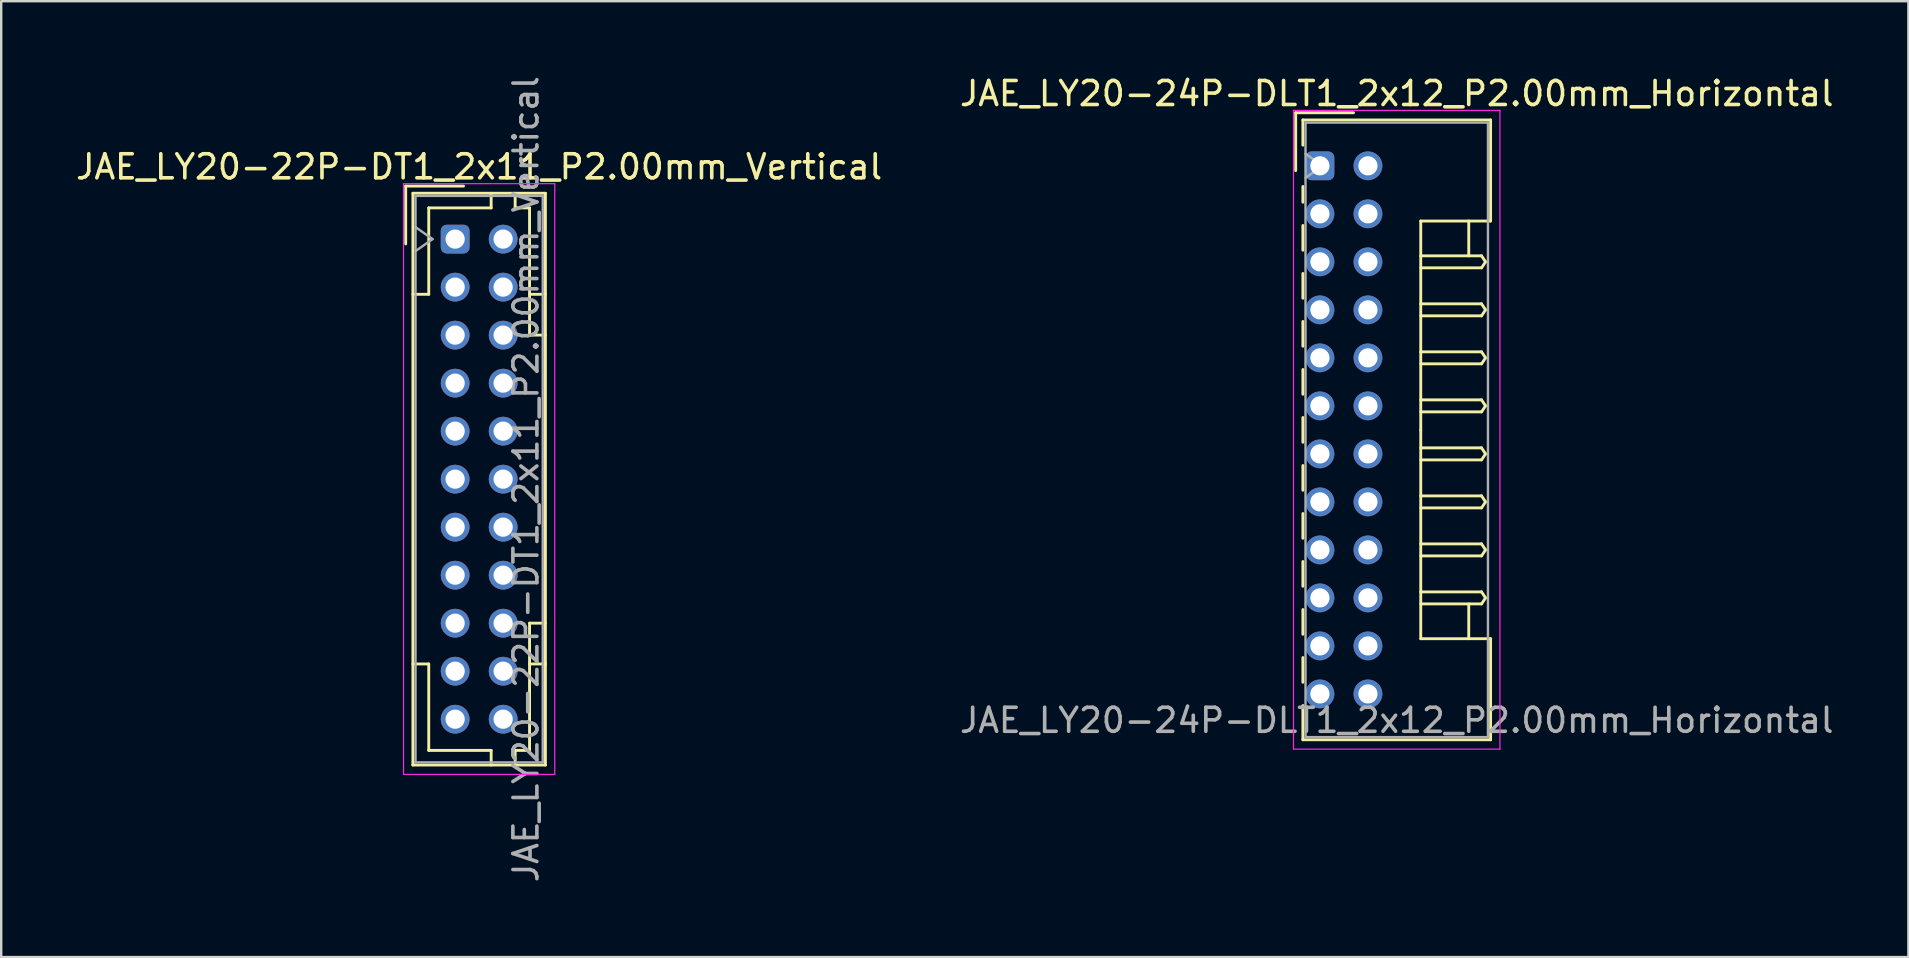
<source format=kicad_pcb>
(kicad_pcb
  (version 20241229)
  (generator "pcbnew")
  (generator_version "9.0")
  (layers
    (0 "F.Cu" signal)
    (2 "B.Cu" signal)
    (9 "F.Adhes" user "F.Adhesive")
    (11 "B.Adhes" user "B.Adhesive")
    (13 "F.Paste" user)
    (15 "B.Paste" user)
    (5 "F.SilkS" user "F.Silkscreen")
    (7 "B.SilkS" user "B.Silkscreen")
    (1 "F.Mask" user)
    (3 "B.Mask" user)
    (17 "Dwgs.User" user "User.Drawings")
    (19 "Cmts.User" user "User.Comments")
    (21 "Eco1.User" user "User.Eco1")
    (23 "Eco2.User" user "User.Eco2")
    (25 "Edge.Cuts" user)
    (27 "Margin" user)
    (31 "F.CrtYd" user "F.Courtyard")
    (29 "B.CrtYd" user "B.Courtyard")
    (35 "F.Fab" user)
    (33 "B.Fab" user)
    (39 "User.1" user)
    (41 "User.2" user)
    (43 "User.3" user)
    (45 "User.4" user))
  (footprint "JAE_LY20-24P-DLT1_2x12_P2.00mm_Horizontal"
    (layer "F.Cu")
    (at 51.937 3.858)
    (property "Reference" "JAE_LY20-24P-DLT1_2x12_P2.00mm_Horizontal" (at 3.2 -3.01 0) (layer "F.SilkS") (effects (font (size 1 1) (thickness 0.15))))
    (attr through_hole)
    (fp_line (start -1.01 -2.21) (end -1.01 0.2) (stroke (width 0.12) (type solid)) (layer "F.SilkS"))
    (fp_line (start -0.71 -1.91) (end -0.71 -0.86) (stroke (width 0.12) (type solid)) (layer "F.SilkS"))
    (fp_line (start -0.71 -1.91) (end 7.11 -1.91) (stroke (width 0.12) (type solid)) (layer "F.SilkS"))
    (fp_line (start -0.71 0.86) (end -0.71 1.515) (stroke (width 0.12) (type solid)) (layer "F.SilkS"))
    (fp_line (start -0.71 2.485) (end -0.71 3.515) (stroke (width 0.12) (type solid)) (layer "F.SilkS"))
    (fp_line (start -0.71 4.485) (end -0.71 5.515) (stroke (width 0.12) (type solid)) (layer "F.SilkS"))
    (fp_line (start -0.71 6.485) (end -0.71 7.515) (stroke (width 0.12) (type solid)) (layer "F.SilkS"))
    (fp_line (start -0.71 8.485) (end -0.71 9.515) (stroke (width 0.12) (type solid)) (layer "F.SilkS"))
    (fp_line (start -0.71 10.485) (end -0.71 11.515) (stroke (width 0.12) (type solid)) (layer "F.SilkS"))
    (fp_line (start -0.71 12.485) (end -0.71 13.515) (stroke (width 0.12) (type solid)) (layer "F.SilkS"))
    (fp_line (start -0.71 14.485) (end -0.71 15.515) (stroke (width 0.12) (type solid)) (layer "F.SilkS"))
    (fp_line (start -0.71 16.485) (end -0.71 17.515) (stroke (width 0.12) (type solid)) (layer "F.SilkS"))
    (fp_line (start -0.71 18.485) (end -0.71 19.515) (stroke (width 0.12) (type solid)) (layer "F.SilkS"))
    (fp_line (start -0.71 20.485) (end -0.71 21.515) (stroke (width 0.12) (type solid)) (layer "F.SilkS"))
    (fp_line (start -0.71 22.485) (end -0.71 23.91) (stroke (width 0.12) (type solid)) (layer "F.SilkS"))
    (fp_line (start -0.71 23.91) (end 7.11 23.91) (stroke (width 0.12) (type solid)) (layer "F.SilkS"))
    (fp_line (start 1.4 -2.21) (end -1.01 -2.21) (stroke (width 0.12) (type solid)) (layer "F.SilkS"))
    (fp_line (start 4.2 2.3) (end 4.2 11) (stroke (width 0.12) (type solid)) (layer "F.SilkS"))
    (fp_line (start 4.2 3.75) (end 6.733 3.75) (stroke (width 0.12) (type solid)) (layer "F.SilkS"))
    (fp_line (start 4.2 5.75) (end 6.733 5.75) (stroke (width 0.12) (type solid)) (layer "F.SilkS"))
    (fp_line (start 4.2 7.75) (end 6.733 7.75) (stroke (width 0.12) (type solid)) (layer "F.SilkS"))
    (fp_line (start 4.2 9.75) (end 6.733 9.75) (stroke (width 0.12) (type solid)) (layer "F.SilkS"))
    (fp_line (start 4.2 11.75) (end 6.733 11.75) (stroke (width 0.12) (type solid)) (layer "F.SilkS"))
    (fp_line (start 4.2 13.75) (end 6.733 13.75) (stroke (width 0.12) (type solid)) (layer "F.SilkS"))
    (fp_line (start 4.2 15.75) (end 6.733 15.75) (stroke (width 0.12) (type solid)) (layer "F.SilkS"))
    (fp_line (start 4.2 17.75) (end 6.733 17.75) (stroke (width 0.12) (type solid)) (layer "F.SilkS"))
    (fp_line (start 4.2 19.7) (end 4.2 11) (stroke (width 0.12) (type solid)) (layer "F.SilkS"))
    (fp_line (start 6.2 2.3) (end 6.2 3.75) (stroke (width 0.12) (type solid)) (layer "F.SilkS"))
    (fp_line (start 6.2 19.7) (end 6.2 18.25) (stroke (width 0.12) (type solid)) (layer "F.SilkS"))
    (fp_line (start 6.733 3.75) (end 6.9 4) (stroke (width 0.12) (type solid)) (layer "F.SilkS"))
    (fp_line (start 6.733 4.25) (end 4.2 4.25) (stroke (width 0.12) (type solid)) (layer "F.SilkS"))
    (fp_line (start 6.733 5.75) (end 6.9 6) (stroke (width 0.12) (type solid)) (layer "F.SilkS"))
    (fp_line (start 6.733 6.25) (end 4.2 6.25) (stroke (width 0.12) (type solid)) (layer "F.SilkS"))
    (fp_line (start 6.733 7.75) (end 6.9 8) (stroke (width 0.12) (type solid)) (layer "F.SilkS"))
    (fp_line (start 6.733 8.25) (end 4.2 8.25) (stroke (width 0.12) (type solid)) (layer "F.SilkS"))
    (fp_line (start 6.733 9.75) (end 6.9 10) (stroke (width 0.12) (type solid)) (layer "F.SilkS"))
    (fp_line (start 6.733 10.25) (end 4.2 10.25) (stroke (width 0.12) (type solid)) (layer "F.SilkS"))
    (fp_line (start 6.733 11.75) (end 6.9 12) (stroke (width 0.12) (type solid)) (layer "F.SilkS"))
    (fp_line (start 6.733 12.25) (end 4.2 12.25) (stroke (width 0.12) (type solid)) (layer "F.SilkS"))
    (fp_line (start 6.733 13.75) (end 6.9 14) (stroke (width 0.12) (type solid)) (layer "F.SilkS"))
    (fp_line (start 6.733 14.25) (end 4.2 14.25) (stroke (width 0.12) (type solid)) (layer "F.SilkS"))
    (fp_line (start 6.733 15.75) (end 6.9 16) (stroke (width 0.12) (type solid)) (layer "F.SilkS"))
    (fp_line (start 6.733 16.25) (end 4.2 16.25) (stroke (width 0.12) (type solid)) (layer "F.SilkS"))
    (fp_line (start 6.733 17.75) (end 6.9 18) (stroke (width 0.12) (type solid)) (layer "F.SilkS"))
    (fp_line (start 6.733 18.25) (end 4.2 18.25) (stroke (width 0.12) (type solid)) (layer "F.SilkS"))
    (fp_line (start 6.9 4) (end 6.733 4.25) (stroke (width 0.12) (type solid)) (layer "F.SilkS"))
    (fp_line (start 6.9 6) (end 6.733 6.25) (stroke (width 0.12) (type solid)) (layer "F.SilkS"))
    (fp_line (start 6.9 8) (end 6.733 8.25) (stroke (width 0.12) (type solid)) (layer "F.SilkS"))
    (fp_line (start 6.9 10) (end 6.733 10.25) (stroke (width 0.12) (type solid)) (layer "F.SilkS"))
    (fp_line (start 6.9 12) (end 6.733 12.25) (stroke (width 0.12) (type solid)) (layer "F.SilkS"))
    (fp_line (start 6.9 14) (end 6.733 14.25) (stroke (width 0.12) (type solid)) (layer "F.SilkS"))
    (fp_line (start 6.9 16) (end 6.733 16.25) (stroke (width 0.12) (type solid)) (layer "F.SilkS"))
    (fp_line (start 6.9 18) (end 6.733 18.25) (stroke (width 0.12) (type solid)) (layer "F.SilkS"))
    (fp_line (start 7.11 -1.91) (end 7.11 2.3) (stroke (width 0.12) (type solid)) (layer "F.SilkS"))
    (fp_line (start 7.11 2.3) (end 4.2 2.3) (stroke (width 0.12) (type solid)) (layer "F.SilkS"))
    (fp_line (start 7.11 19.7) (end 4.2 19.7) (stroke (width 0.12) (type solid)) (layer "F.SilkS"))
    (fp_line (start 7.11 23.91) (end 7.11 19.7) (stroke (width 0.12) (type solid)) (layer "F.SilkS"))
    (fp_line (start -1.1 -2.31) (end -1.1 24.3) (stroke (width 0.05) (type solid)) (layer "F.CrtYd"))
    (fp_line (start -1.1 24.3) (end 7.5 24.3) (stroke (width 0.05) (type solid)) (layer "F.CrtYd"))
    (fp_line (start 7.5 -2.31) (end -1.1 -2.31) (stroke (width 0.05) (type solid)) (layer "F.CrtYd"))
    (fp_line (start 7.5 24.3) (end 7.5 -2.31) (stroke (width 0.05) (type solid)) (layer "F.CrtYd"))
    (fp_line (start -0.6 -1.8) (end -0.6 23.8) (stroke (width 0.1) (type solid)) (layer "F.Fab"))
    (fp_line (start -0.6 0.5) (end 0.107 0) (stroke (width 0.1) (type solid)) (layer "F.Fab"))
    (fp_line (start -0.6 23.8) (end 7 23.8) (stroke (width 0.1) (type solid)) (layer "F.Fab"))
    (fp_line (start 0.107 0) (end -0.6 -0.5) (stroke (width 0.1) (type solid)) (layer "F.Fab"))
    (fp_line (start 7 -1.8) (end -0.6 -1.8) (stroke (width 0.1) (type solid)) (layer "F.Fab"))
    (fp_line (start 7 23.8) (end 7 -1.8) (stroke (width 0.1) (type solid)) (layer "F.Fab"))
    (fp_text user "${REFERENCE}" (at 3.2 23.1 0) (layer "F.Fab") (effects (font (size 1 1) (thickness 0.15))))
    (pad "a1" thru_hole roundrect (at 0 0) (size 1.2 1.2) (drill 0.8) (layers "*.Cu" "*.Mask") (roundrect_rratio 0.208))
    (pad "a2" thru_hole circle (at 0 2) (size 1.2 1.2) (drill 0.8) (layers "*.Cu" "*.Mask"))
    (pad "a3" thru_hole circle (at 0 4) (size 1.2 1.2) (drill 0.8) (layers "*.Cu" "*.Mask"))
    (pad "a4" thru_hole circle (at 0 6) (size 1.2 1.2) (drill 0.8) (layers "*.Cu" "*.Mask"))
    (pad "a5" thru_hole circle (at 0 8) (size 1.2 1.2) (drill 0.8) (layers "*.Cu" "*.Mask"))
    (pad "a6" thru_hole circle (at 0 10) (size 1.2 1.2) (drill 0.8) (layers "*.Cu" "*.Mask"))
    (pad "a7" thru_hole circle (at 0 12) (size 1.2 1.2) (drill 0.8) (layers "*.Cu" "*.Mask"))
    (pad "a8" thru_hole circle (at 0 14) (size 1.2 1.2) (drill 0.8) (layers "*.Cu" "*.Mask"))
    (pad "a9" thru_hole circle (at 0 16) (size 1.2 1.2) (drill 0.8) (layers "*.Cu" "*.Mask"))
    (pad "a10" thru_hole circle (at 0 18) (size 1.2 1.2) (drill 0.8) (layers "*.Cu" "*.Mask"))
    (pad "a11" thru_hole circle (at 0 20) (size 1.2 1.2) (drill 0.8) (layers "*.Cu" "*.Mask"))
    (pad "a12" thru_hole circle (at 0 22) (size 1.2 1.2) (drill 0.8) (layers "*.Cu" "*.Mask"))
    (pad "b1" thru_hole circle (at 2 0) (size 1.2 1.2) (drill 0.8) (layers "*.Cu" "*.Mask"))
    (pad "b2" thru_hole circle (at 2 2) (size 1.2 1.2) (drill 0.8) (layers "*.Cu" "*.Mask"))
    (pad "b3" thru_hole circle (at 2 4) (size 1.2 1.2) (drill 0.8) (layers "*.Cu" "*.Mask"))
    (pad "b4" thru_hole circle (at 2 6) (size 1.2 1.2) (drill 0.8) (layers "*.Cu" "*.Mask"))
    (pad "b5" thru_hole circle (at 2 8) (size 1.2 1.2) (drill 0.8) (layers "*.Cu" "*.Mask"))
    (pad "b6" thru_hole circle (at 2 10) (size 1.2 1.2) (drill 0.8) (layers "*.Cu" "*.Mask"))
    (pad "b7" thru_hole circle (at 2 12) (size 1.2 1.2) (drill 0.8) (layers "*.Cu" "*.Mask"))
    (pad "b8" thru_hole circle (at 2 14) (size 1.2 1.2) (drill 0.8) (layers "*.Cu" "*.Mask"))
    (pad "b9" thru_hole circle (at 2 16) (size 1.2 1.2) (drill 0.8) (layers "*.Cu" "*.Mask"))
    (pad "b10" thru_hole circle (at 2 18) (size 1.2 1.2) (drill 0.8) (layers "*.Cu" "*.Mask"))
    (pad "b11" thru_hole circle (at 2 20) (size 1.2 1.2) (drill 0.8) (layers "*.Cu" "*.Mask"))
    (pad "b12" thru_hole circle (at 2 22) (size 1.2 1.2) (drill 0.8) (layers "*.Cu" "*.Mask")))
  (footprint "JAE_LY20-22P-DT1_2x11_P2.00mm_Vertical"
    (layer "F.Cu")
    (at 15.911 6.911)
    (property "Reference" "JAE_LY20-22P-DT1_2x11_P2.00mm_Vertical" (at 1 -3.01 0) (layer "F.SilkS") (effects (font (size 1 1) (thickness 0.15))))
    (attr through_hole)
    (fp_line (start -2.06 -2.21) (end -2.06 0.2) (stroke (width 0.12) (type solid)) (layer "F.SilkS"))
    (fp_line (start -1.76 -1.91) (end -1.76 21.91) (stroke (width 0.12) (type solid)) (layer "F.SilkS"))
    (fp_line (start -1.76 21.91) (end 3.76 21.91) (stroke (width 0.12) (type solid)) (layer "F.SilkS"))
    (fp_line (start -1.1 -1.3) (end -1.1 2.3) (stroke (width 0.12) (type solid)) (layer "F.SilkS"))
    (fp_line (start -1.1 2.3) (end -1.76 2.3) (stroke (width 0.12) (type solid)) (layer "F.SilkS"))
    (fp_line (start -1.1 17.7) (end -1.76 17.7) (stroke (width 0.12) (type solid)) (layer "F.SilkS"))
    (fp_line (start -1.1 21.3) (end -1.1 17.7) (stroke (width 0.12) (type solid)) (layer "F.SilkS"))
    (fp_line (start 0.35 -2.21) (end -2.06 -2.21) (stroke (width 0.12) (type solid)) (layer "F.SilkS"))
    (fp_line (start 1.5 -1.91) (end 1.5 -1.3) (stroke (width 0.12) (type solid)) (layer "F.SilkS"))
    (fp_line (start 1.5 -1.3) (end -1.1 -1.3) (stroke (width 0.12) (type solid)) (layer "F.SilkS"))
    (fp_line (start 1.5 21.3) (end -1.1 21.3) (stroke (width 0.12) (type solid)) (layer "F.SilkS"))
    (fp_line (start 1.5 21.91) (end 1.5 21.3) (stroke (width 0.12) (type solid)) (layer "F.SilkS"))
    (fp_line (start 2.5 -1.91) (end 2.5 -1.3) (stroke (width 0.12) (type solid)) (layer "F.SilkS"))
    (fp_line (start 2.5 -1.3) (end 3.1 -1.3) (stroke (width 0.12) (type solid)) (layer "F.SilkS"))
    (fp_line (start 2.5 21.3) (end 3.1 21.3) (stroke (width 0.12) (type solid)) (layer "F.SilkS"))
    (fp_line (start 2.5 21.91) (end 2.5 21.3) (stroke (width 0.12) (type solid)) (layer "F.SilkS"))
    (fp_line (start 3.1 -1.3) (end 3.1 4) (stroke (width 0.12) (type solid)) (layer "F.SilkS"))
    (fp_line (start 3.1 4) (end 3.76 4) (stroke (width 0.12) (type solid)) (layer "F.SilkS"))
    (fp_line (start 3.1 16) (end 3.76 16) (stroke (width 0.12) (type solid)) (layer "F.SilkS"))
    (fp_line (start 3.1 21.3) (end 3.1 16) (stroke (width 0.12) (type solid)) (layer "F.SilkS"))
    (fp_line (start 3.76 -1.91) (end -1.76 -1.91) (stroke (width 0.12) (type solid)) (layer "F.SilkS"))
    (fp_line (start 3.76 2.3) (end 3.1 2.3) (stroke (width 0.12) (type solid)) (layer "F.SilkS"))
    (fp_line (start 3.76 17.7) (end 3.1 17.7) (stroke (width 0.12) (type solid)) (layer "F.SilkS"))
    (fp_line (start 3.76 21.91) (end 3.76 -1.91) (stroke (width 0.12) (type solid)) (layer "F.SilkS"))
    (fp_line (start -2.15 -2.31) (end -2.15 22.3) (stroke (width 0.05) (type solid)) (layer "F.CrtYd"))
    (fp_line (start -2.15 22.3) (end 4.15 22.3) (stroke (width 0.05) (type solid)) (layer "F.CrtYd"))
    (fp_line (start 4.15 -2.31) (end -2.15 -2.31) (stroke (width 0.05) (type solid)) (layer "F.CrtYd"))
    (fp_line (start 4.15 22.3) (end 4.15 -2.31) (stroke (width 0.05) (type solid)) (layer "F.CrtYd"))
    (fp_line (start -1.65 -1.8) (end -1.65 21.8) (stroke (width 0.1) (type solid)) (layer "F.Fab"))
    (fp_line (start -1.65 0.5) (end -0.943 0) (stroke (width 0.1) (type solid)) (layer "F.Fab"))
    (fp_line (start -1.65 21.8) (end 3.65 21.8) (stroke (width 0.1) (type solid)) (layer "F.Fab"))
    (fp_line (start -0.943 0) (end -1.65 -0.5) (stroke (width 0.1) (type solid)) (layer "F.Fab"))
    (fp_line (start 3.65 -1.8) (end -1.65 -1.8) (stroke (width 0.1) (type solid)) (layer "F.Fab"))
    (fp_line (start 3.65 21.8) (end 3.65 -1.8) (stroke (width 0.1) (type solid)) (layer "F.Fab"))
    (fp_text user "${REFERENCE}" (at 2.95 10 90) (layer "F.Fab") (effects (font (size 1 1) (thickness 0.15))))
    (pad "a1" thru_hole roundrect (at 0 0) (size 1.2 1.2) (drill 0.8) (layers "*.Cu" "*.Mask") (roundrect_rratio 0.208))
    (pad "a2" thru_hole circle (at 0 2) (size 1.2 1.2) (drill 0.8) (layers "*.Cu" "*.Mask"))
    (pad "a3" thru_hole circle (at 0 4) (size 1.2 1.2) (drill 0.8) (layers "*.Cu" "*.Mask"))
    (pad "a4" thru_hole circle (at 0 6) (size 1.2 1.2) (drill 0.8) (layers "*.Cu" "*.Mask"))
    (pad "a5" thru_hole circle (at 0 8) (size 1.2 1.2) (drill 0.8) (layers "*.Cu" "*.Mask"))
    (pad "a6" thru_hole circle (at 0 10) (size 1.2 1.2) (drill 0.8) (layers "*.Cu" "*.Mask"))
    (pad "a7" thru_hole circle (at 0 12) (size 1.2 1.2) (drill 0.8) (layers "*.Cu" "*.Mask"))
    (pad "a8" thru_hole circle (at 0 14) (size 1.2 1.2) (drill 0.8) (layers "*.Cu" "*.Mask"))
    (pad "a9" thru_hole circle (at 0 16) (size 1.2 1.2) (drill 0.8) (layers "*.Cu" "*.Mask"))
    (pad "a10" thru_hole circle (at 0 18) (size 1.2 1.2) (drill 0.8) (layers "*.Cu" "*.Mask"))
    (pad "a11" thru_hole circle (at 0 20) (size 1.2 1.2) (drill 0.8) (layers "*.Cu" "*.Mask"))
    (pad "b1" thru_hole circle (at 2 0) (size 1.2 1.2) (drill 0.8) (layers "*.Cu" "*.Mask"))
    (pad "b2" thru_hole circle (at 2 2) (size 1.2 1.2) (drill 0.8) (layers "*.Cu" "*.Mask"))
    (pad "b3" thru_hole circle (at 2 4) (size 1.2 1.2) (drill 0.8) (layers "*.Cu" "*.Mask"))
    (pad "b4" thru_hole circle (at 2 6) (size 1.2 1.2) (drill 0.8) (layers "*.Cu" "*.Mask"))
    (pad "b5" thru_hole circle (at 2 8) (size 1.2 1.2) (drill 0.8) (layers "*.Cu" "*.Mask"))
    (pad "b6" thru_hole circle (at 2 10) (size 1.2 1.2) (drill 0.8) (layers "*.Cu" "*.Mask"))
    (pad "b7" thru_hole circle (at 2 12) (size 1.2 1.2) (drill 0.8) (layers "*.Cu" "*.Mask"))
    (pad "b8" thru_hole circle (at 2 14) (size 1.2 1.2) (drill 0.8) (layers "*.Cu" "*.Mask"))
    (pad "b9" thru_hole circle (at 2 16) (size 1.2 1.2) (drill 0.8) (layers "*.Cu" "*.Mask"))
    (pad "b10" thru_hole circle (at 2 18) (size 1.2 1.2) (drill 0.8) (layers "*.Cu" "*.Mask"))
    (pad "b11" thru_hole circle (at 2 20) (size 1.2 1.2) (drill 0.8) (layers "*.Cu" "*.Mask")))
  (gr_rect
    (start -3 -3)
    (end 76.452 36.821)
    (stroke (width 0.1) (type default))
    (fill no)
    (layer "Edge.Cuts")))
</source>
